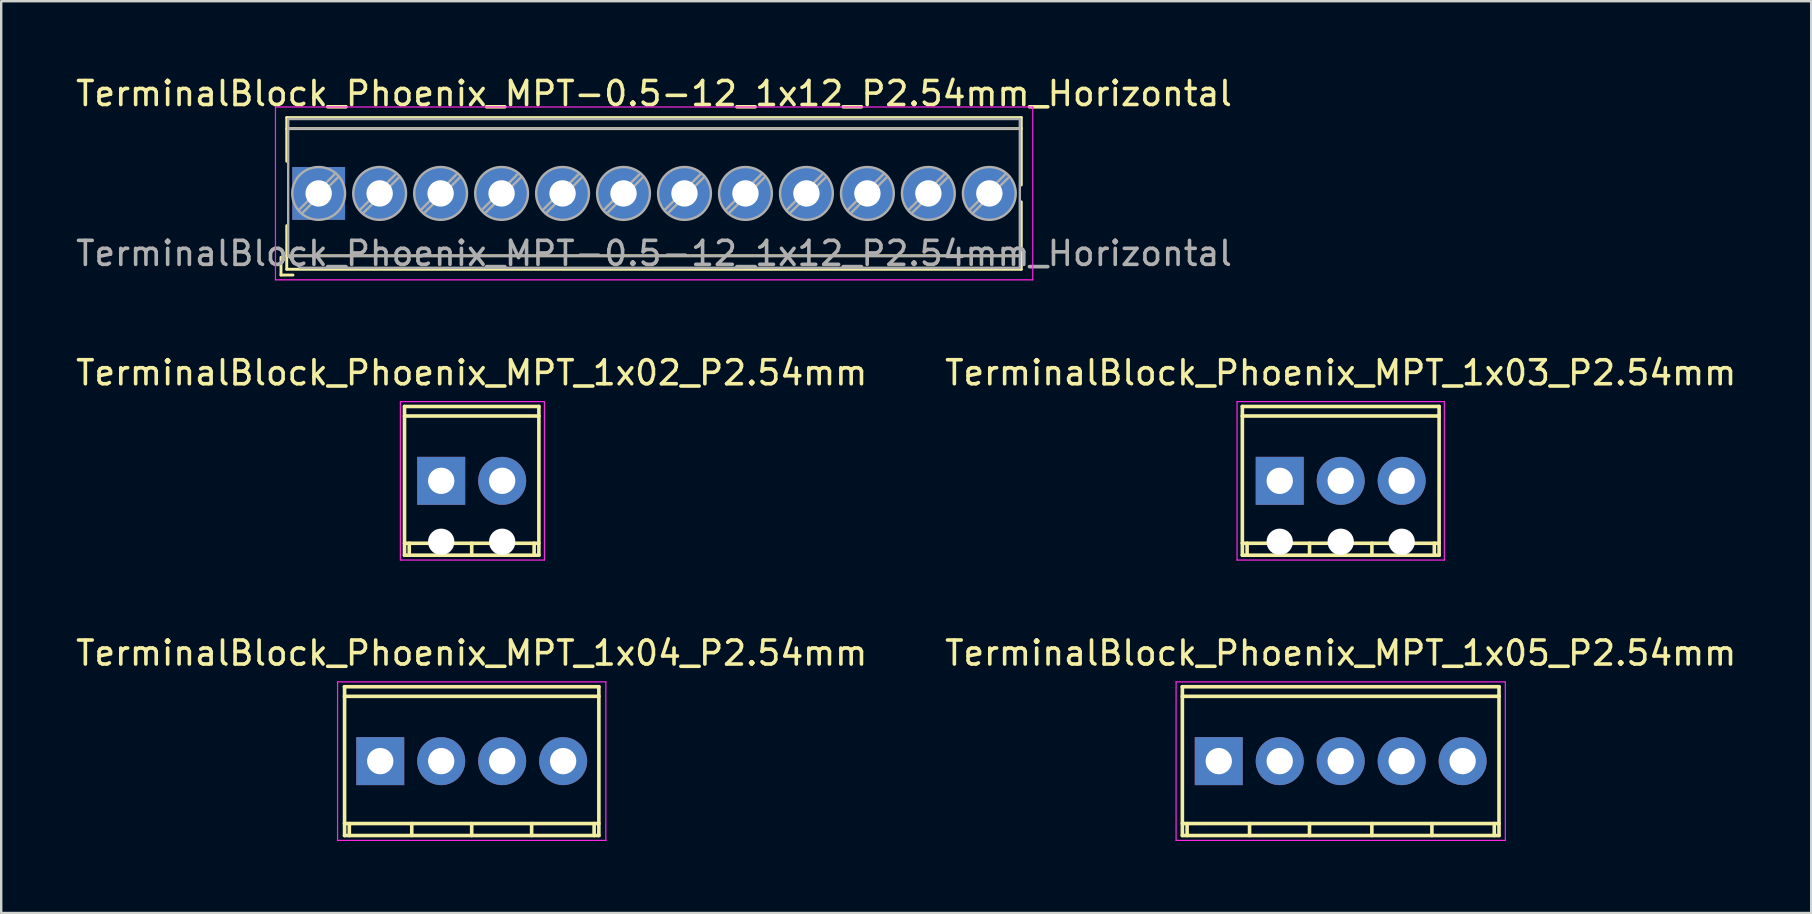
<source format=kicad_pcb>
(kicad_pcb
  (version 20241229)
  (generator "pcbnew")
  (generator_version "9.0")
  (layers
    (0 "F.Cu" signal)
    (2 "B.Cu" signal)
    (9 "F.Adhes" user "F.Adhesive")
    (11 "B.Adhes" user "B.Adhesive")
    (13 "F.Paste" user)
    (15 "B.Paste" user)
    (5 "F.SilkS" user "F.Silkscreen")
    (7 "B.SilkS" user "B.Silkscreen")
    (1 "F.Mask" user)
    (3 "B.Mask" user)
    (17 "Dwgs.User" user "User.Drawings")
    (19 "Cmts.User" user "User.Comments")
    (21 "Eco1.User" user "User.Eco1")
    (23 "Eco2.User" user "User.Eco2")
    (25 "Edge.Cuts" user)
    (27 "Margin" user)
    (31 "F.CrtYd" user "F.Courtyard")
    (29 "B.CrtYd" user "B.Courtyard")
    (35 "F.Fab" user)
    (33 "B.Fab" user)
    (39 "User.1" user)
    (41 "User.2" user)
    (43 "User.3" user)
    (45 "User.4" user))
  (footprint "TerminalBlock_Phoenix_MPT_1x03_P2.54mm"
    (layer "F.Cu")
    (at 50.264 16.982)
    (property "Reference" "TerminalBlock_Phoenix_MPT_1x03_P2.54mm" (at 2.54 -4.501 0) (layer "F.SilkS") (effects (font (size 1 1) (thickness 0.15))))
    (attr through_hole)
    (fp_line (start -1.56 3.099) (end 6.64 3.099) (stroke (width 0.15) (type solid)) (layer "F.SilkS"))
    (fp_line (start -1.557 -3.099) (end -1.557 3.099) (stroke (width 0.15) (type solid)) (layer "F.SilkS"))
    (fp_line (start -1.359 3.099) (end -1.359 2.601) (stroke (width 0.15) (type solid)) (layer "F.SilkS"))
    (fp_line (start 1.242 3.099) (end 1.242 2.601) (stroke (width 0.15) (type solid)) (layer "F.SilkS"))
    (fp_line (start 3.84 2.601) (end 3.84 3.099) (stroke (width 0.15) (type solid)) (layer "F.SilkS"))
    (fp_line (start 6.441 2.601) (end 6.441 3.099) (stroke (width 0.15) (type solid)) (layer "F.SilkS"))
    (fp_line (start 6.64 -3.099) (end -1.56 -3.099) (stroke (width 0.15) (type solid)) (layer "F.SilkS"))
    (fp_line (start 6.64 -2.7) (end -1.56 -2.7) (stroke (width 0.15) (type solid)) (layer "F.SilkS"))
    (fp_line (start 6.64 2.601) (end -1.56 2.601) (stroke (width 0.15) (type solid)) (layer "F.SilkS"))
    (fp_line (start 6.64 3.099) (end 6.64 -3.099) (stroke (width 0.15) (type solid)) (layer "F.SilkS"))
    (fp_line (start -1.778 -3.302) (end -1.778 3.302) (stroke (width 0.05) (type solid)) (layer "F.CrtYd"))
    (fp_line (start -1.778 3.302) (end 6.858 3.302) (stroke (width 0.05) (type solid)) (layer "F.CrtYd"))
    (fp_line (start 6.858 -3.302) (end -1.778 -3.302) (stroke (width 0.05) (type solid)) (layer "F.CrtYd"))
    (fp_line (start 6.858 3.302) (end 6.858 -3.302) (stroke (width 0.05) (type solid)) (layer "F.CrtYd"))
    (pad "" np_thru_hole circle (at 0 2.54) (size 1.1 1.1) (drill 1.1) (layers "*.Cu" "*.Mask"))
    (pad "" np_thru_hole circle (at 2.54 2.54) (size 1.1 1.1) (drill 1.1) (layers "*.Cu" "*.Mask"))
    (pad "" np_thru_hole circle (at 5.08 2.54) (size 1.1 1.1) (drill 1.1) (layers "*.Cu" "*.Mask"))
    (pad "1" thru_hole rect (at 0 0) (size 1.999 1.999) (drill 1.097) (layers "*.Cu" "*.Mask"))
    (pad "2" thru_hole oval (at 2.54 0) (size 1.999 1.999) (drill 1.097) (layers "*.Cu" "*.Mask"))
    (pad "3" thru_hole oval (at 5.08 0) (size 1.999 1.999) (drill 1.097) (layers "*.Cu" "*.Mask")))
  (footprint "TerminalBlock_Phoenix_MPT_1x04_P2.54mm"
    (layer "F.Cu")
    (at 12.791 28.659)
    (property "Reference" "TerminalBlock_Phoenix_MPT_1x04_P2.54mm" (at 3.81 -4.501 0) (layer "F.SilkS") (effects (font (size 1 1) (thickness 0.15))))
    (attr through_hole)
    (fp_line (start -1.491 -2.7) (end 9.111 -2.7) (stroke (width 0.15) (type solid)) (layer "F.SilkS"))
    (fp_line (start -1.491 2.601) (end 9.111 2.601) (stroke (width 0.15) (type solid)) (layer "F.SilkS"))
    (fp_line (start -1.486 -3.099) (end -1.486 3.099) (stroke (width 0.15) (type solid)) (layer "F.SilkS"))
    (fp_line (start -1.288 3.099) (end -1.288 2.601) (stroke (width 0.15) (type solid)) (layer "F.SilkS"))
    (fp_line (start 1.313 3.099) (end 1.313 2.601) (stroke (width 0.15) (type solid)) (layer "F.SilkS"))
    (fp_line (start 3.81 2.601) (end 3.81 3.099) (stroke (width 0.15) (type solid)) (layer "F.SilkS"))
    (fp_line (start 6.307 2.601) (end 6.307 3.099) (stroke (width 0.15) (type solid)) (layer "F.SilkS"))
    (fp_line (start 8.91 2.601) (end 8.91 3.099) (stroke (width 0.15) (type solid)) (layer "F.SilkS"))
    (fp_line (start 9.108 3.099) (end 9.108 -3.099) (stroke (width 0.15) (type solid)) (layer "F.SilkS"))
    (fp_line (start 9.111 -3.099) (end -1.491 -3.099) (stroke (width 0.15) (type solid)) (layer "F.SilkS"))
    (fp_line (start 9.111 3.099) (end -1.491 3.099) (stroke (width 0.15) (type solid)) (layer "F.SilkS"))
    (fp_line (start -1.778 -3.302) (end 9.398 -3.302) (stroke (width 0.05) (type solid)) (layer "F.CrtYd"))
    (fp_line (start -1.778 3.302) (end -1.778 -3.302) (stroke (width 0.05) (type solid)) (layer "F.CrtYd"))
    (fp_line (start 9.398 -3.302) (end 9.398 3.302) (stroke (width 0.05) (type solid)) (layer "F.CrtYd"))
    (fp_line (start 9.398 3.302) (end -1.778 3.302) (stroke (width 0.05) (type solid)) (layer "F.CrtYd"))
    (pad "1" thru_hole rect (at 0 0 180) (size 1.999 1.999) (drill 1.097) (layers "*.Cu" "*.Mask"))
    (pad "2" thru_hole oval (at 2.54 0 180) (size 1.999 1.999) (drill 1.097) (layers "*.Cu" "*.Mask"))
    (pad "3" thru_hole oval (at 5.08 0 180) (size 1.999 1.999) (drill 1.097) (layers "*.Cu" "*.Mask"))
    (pad "4" thru_hole oval (at 7.62 0 180) (size 1.999 1.999) (drill 1.097) (layers "*.Cu" "*.Mask")))
  (footprint "TerminalBlock_Phoenix_MPT_1x05_P2.54mm"
    (layer "F.Cu")
    (at 47.724 28.659)
    (property "Reference" "TerminalBlock_Phoenix_MPT_1x05_P2.54mm" (at 5.08 -4.501 0) (layer "F.SilkS") (effects (font (size 1 1) (thickness 0.15))))
    (attr through_hole)
    (fp_line (start -1.519 -2.7) (end 11.679 -2.7) (stroke (width 0.15) (type solid)) (layer "F.SilkS"))
    (fp_line (start -1.519 2.601) (end 11.679 2.601) (stroke (width 0.15) (type solid)) (layer "F.SilkS"))
    (fp_line (start -1.516 -3.099) (end -1.516 3.099) (stroke (width 0.15) (type solid)) (layer "F.SilkS"))
    (fp_line (start -1.318 3.099) (end -1.318 2.601) (stroke (width 0.15) (type solid)) (layer "F.SilkS"))
    (fp_line (start 1.283 3.099) (end 1.283 2.601) (stroke (width 0.15) (type solid)) (layer "F.SilkS"))
    (fp_line (start 3.78 2.601) (end 3.78 3.099) (stroke (width 0.15) (type solid)) (layer "F.SilkS"))
    (fp_line (start 6.378 2.601) (end 6.378 3.099) (stroke (width 0.15) (type solid)) (layer "F.SilkS"))
    (fp_line (start 8.88 2.601) (end 8.88 3.099) (stroke (width 0.15) (type solid)) (layer "F.SilkS"))
    (fp_line (start 11.478 2.601) (end 11.478 3.099) (stroke (width 0.15) (type solid)) (layer "F.SilkS"))
    (fp_line (start 11.676 3.099) (end 11.676 -3.099) (stroke (width 0.15) (type solid)) (layer "F.SilkS"))
    (fp_line (start 11.679 -3.099) (end -1.519 -3.099) (stroke (width 0.15) (type solid)) (layer "F.SilkS"))
    (fp_line (start 11.679 3.099) (end -1.519 3.099) (stroke (width 0.15) (type solid)) (layer "F.SilkS"))
    (fp_line (start -1.778 -3.302) (end 11.938 -3.302) (stroke (width 0.05) (type solid)) (layer "F.CrtYd"))
    (fp_line (start -1.778 3.302) (end -1.778 -3.302) (stroke (width 0.05) (type solid)) (layer "F.CrtYd"))
    (fp_line (start 11.938 -3.302) (end 11.938 3.302) (stroke (width 0.05) (type solid)) (layer "F.CrtYd"))
    (fp_line (start 11.938 3.302) (end -1.778 3.302) (stroke (width 0.05) (type solid)) (layer "F.CrtYd"))
    (pad "1" thru_hole rect (at 0 0 180) (size 1.999 1.999) (drill 1.097) (layers "*.Cu" "*.Mask"))
    (pad "2" thru_hole oval (at 2.54 0 180) (size 1.999 1.999) (drill 1.097) (layers "*.Cu" "*.Mask"))
    (pad "3" thru_hole oval (at 5.08 0 180) (size 1.999 1.999) (drill 1.097) (layers "*.Cu" "*.Mask"))
    (pad "4" thru_hole oval (at 7.62 0 180) (size 1.999 1.999) (drill 1.097) (layers "*.Cu" "*.Mask"))
    (pad "5" thru_hole oval (at 10.16 0 180) (size 1.999 1.999) (drill 1.097) (layers "*.Cu" "*.Mask")))
  (footprint "TerminalBlock_Phoenix_MPT-0.5-12_1x12_P2.54mm_Horizontal"
    (layer "F.Cu")
    (at 10.226 5.008)
    (property "Reference" "TerminalBlock_Phoenix_MPT-0.5-12_1x12_P2.54mm_Horizontal" (at 13.97 -4.16 0) (layer "F.SilkS") (effects (font (size 1 1) (thickness 0.15))))
    (attr through_hole)
    (fp_line (start -1.57 2.66) (end -1.57 3.4) (stroke (width 0.12) (type solid)) (layer "F.SilkS"))
    (fp_line (start -1.57 3.4) (end -1.07 3.4) (stroke (width 0.12) (type solid)) (layer "F.SilkS"))
    (fp_line (start -1.33 -3.16) (end -1.33 -1.34) (stroke (width 0.12) (type solid)) (layer "F.SilkS"))
    (fp_line (start -1.33 -3.16) (end 29.271 -3.16) (stroke (width 0.12) (type solid)) (layer "F.SilkS"))
    (fp_line (start -1.33 -2.7) (end 29.271 -2.7) (stroke (width 0.12) (type solid)) (layer "F.SilkS"))
    (fp_line (start -1.33 1.34) (end -1.33 3.16) (stroke (width 0.12) (type solid)) (layer "F.SilkS"))
    (fp_line (start -1.33 2.6) (end 29.271 2.6) (stroke (width 0.12) (type solid)) (layer "F.SilkS"))
    (fp_line (start -1.33 3.16) (end 29.271 3.16) (stroke (width 0.12) (type solid)) (layer "F.SilkS"))
    (fp_line (start 29.271 -3.16) (end 29.271 -0.35) (stroke (width 0.12) (type solid)) (layer "F.SilkS"))
    (fp_line (start 29.271 0.35) (end 29.271 3.16) (stroke (width 0.12) (type solid)) (layer "F.SilkS"))
    (fp_line (start -1.8 -3.6) (end -1.8 3.6) (stroke (width 0.05) (type solid)) (layer "F.CrtYd"))
    (fp_line (start -1.8 3.6) (end 29.75 3.6) (stroke (width 0.05) (type solid)) (layer "F.CrtYd"))
    (fp_line (start 29.75 -3.6) (end -1.8 -3.6) (stroke (width 0.05) (type solid)) (layer "F.CrtYd"))
    (fp_line (start 29.75 3.6) (end 29.75 -3.6) (stroke (width 0.05) (type solid)) (layer "F.CrtYd"))
    (fp_line (start -1.27 -3.1) (end 29.21 -3.1) (stroke (width 0.1) (type solid)) (layer "F.Fab"))
    (fp_line (start -1.27 -2.7) (end 29.21 -2.7) (stroke (width 0.1) (type solid)) (layer "F.Fab"))
    (fp_line (start -1.27 2.6) (end -1.27 -3.1) (stroke (width 0.1) (type solid)) (layer "F.Fab"))
    (fp_line (start -1.27 2.6) (end 29.21 2.6) (stroke (width 0.1) (type solid)) (layer "F.Fab"))
    (fp_line (start -0.77 3.1) (end -1.27 2.6) (stroke (width 0.1) (type solid)) (layer "F.Fab"))
    (fp_line (start 0.701 -0.835) (end -0.835 0.7) (stroke (width 0.1) (type solid)) (layer "F.Fab"))
    (fp_line (start 0.835 -0.7) (end -0.701 0.835) (stroke (width 0.1) (type solid)) (layer "F.Fab"))
    (fp_line (start 3.241 -0.835) (end 1.706 0.7) (stroke (width 0.1) (type solid)) (layer "F.Fab"))
    (fp_line (start 3.375 -0.7) (end 1.84 0.835) (stroke (width 0.1) (type solid)) (layer "F.Fab"))
    (fp_line (start 5.781 -0.835) (end 4.246 0.7) (stroke (width 0.1) (type solid)) (layer "F.Fab"))
    (fp_line (start 5.915 -0.7) (end 4.38 0.835) (stroke (width 0.1) (type solid)) (layer "F.Fab"))
    (fp_line (start 8.321 -0.835) (end 6.786 0.7) (stroke (width 0.1) (type solid)) (layer "F.Fab"))
    (fp_line (start 8.455 -0.7) (end 6.92 0.835) (stroke (width 0.1) (type solid)) (layer "F.Fab"))
    (fp_line (start 10.861 -0.835) (end 9.326 0.7) (stroke (width 0.1) (type solid)) (layer "F.Fab"))
    (fp_line (start 10.995 -0.7) (end 9.46 0.835) (stroke (width 0.1) (type solid)) (layer "F.Fab"))
    (fp_line (start 13.401 -0.835) (end 11.866 0.7) (stroke (width 0.1) (type solid)) (layer "F.Fab"))
    (fp_line (start 13.535 -0.7) (end 12 0.835) (stroke (width 0.1) (type solid)) (layer "F.Fab"))
    (fp_line (start 15.941 -0.835) (end 14.406 0.7) (stroke (width 0.1) (type solid)) (layer "F.Fab"))
    (fp_line (start 16.075 -0.7) (end 14.54 0.835) (stroke (width 0.1) (type solid)) (layer "F.Fab"))
    (fp_line (start 18.481 -0.835) (end 16.946 0.7) (stroke (width 0.1) (type solid)) (layer "F.Fab"))
    (fp_line (start 18.615 -0.7) (end 17.08 0.835) (stroke (width 0.1) (type solid)) (layer "F.Fab"))
    (fp_line (start 21.021 -0.835) (end 19.486 0.7) (stroke (width 0.1) (type solid)) (layer "F.Fab"))
    (fp_line (start 21.155 -0.7) (end 19.62 0.835) (stroke (width 0.1) (type solid)) (layer "F.Fab"))
    (fp_line (start 23.561 -0.835) (end 22.026 0.7) (stroke (width 0.1) (type solid)) (layer "F.Fab"))
    (fp_line (start 23.695 -0.7) (end 22.16 0.835) (stroke (width 0.1) (type solid)) (layer "F.Fab"))
    (fp_line (start 26.101 -0.835) (end 24.566 0.7) (stroke (width 0.1) (type solid)) (layer "F.Fab"))
    (fp_line (start 26.235 -0.7) (end 24.7 0.835) (stroke (width 0.1) (type solid)) (layer "F.Fab"))
    (fp_line (start 28.641 -0.835) (end 27.106 0.7) (stroke (width 0.1) (type solid)) (layer "F.Fab"))
    (fp_line (start 28.775 -0.7) (end 27.24 0.835) (stroke (width 0.1) (type solid)) (layer "F.Fab"))
    (fp_line (start 29.21 -3.1) (end 29.21 3.1) (stroke (width 0.1) (type solid)) (layer "F.Fab"))
    (fp_line (start 29.21 3.1) (end -0.77 3.1) (stroke (width 0.1) (type solid)) (layer "F.Fab"))
    (fp_circle (center 0 0) (end 1.1 0) (stroke (width 0.1) (type solid)) (fill no) (layer "F.Fab"))
    (fp_circle (center 2.54 0) (end 3.64 0) (stroke (width 0.1) (type solid)) (fill no) (layer "F.Fab"))
    (fp_circle (center 5.08 0) (end 6.18 0) (stroke (width 0.1) (type solid)) (fill no) (layer "F.Fab"))
    (fp_circle (center 7.62 0) (end 8.72 0) (stroke (width 0.1) (type solid)) (fill no) (layer "F.Fab"))
    (fp_circle (center 10.16 0) (end 11.26 0) (stroke (width 0.1) (type solid)) (fill no) (layer "F.Fab"))
    (fp_circle (center 12.7 0) (end 13.8 0) (stroke (width 0.1) (type solid)) (fill no) (layer "F.Fab"))
    (fp_circle (center 15.24 0) (end 16.34 0) (stroke (width 0.1) (type solid)) (fill no) (layer "F.Fab"))
    (fp_circle (center 17.78 0) (end 18.88 0) (stroke (width 0.1) (type solid)) (fill no) (layer "F.Fab"))
    (fp_circle (center 20.32 0) (end 21.42 0) (stroke (width 0.1) (type solid)) (fill no) (layer "F.Fab"))
    (fp_circle (center 22.86 0) (end 23.96 0) (stroke (width 0.1) (type solid)) (fill no) (layer "F.Fab"))
    (fp_circle (center 25.4 0) (end 26.5 0) (stroke (width 0.1) (type solid)) (fill no) (layer "F.Fab"))
    (fp_circle (center 27.94 0) (end 29.04 0) (stroke (width 0.1) (type solid)) (fill no) (layer "F.Fab"))
    (fp_text user "${REFERENCE}" (at 13.97 2.5 0) (layer "F.Fab") (effects (font (size 1 1) (thickness 0.15))))
    (pad "1" thru_hole rect (at 0 0) (size 2.2 2.2) (drill 1.1) (layers "*.Cu" "*.Mask"))
    (pad "2" thru_hole circle (at 2.54 0) (size 2.2 2.2) (drill 1.1) (layers "*.Cu" "*.Mask"))
    (pad "3" thru_hole circle (at 5.08 0) (size 2.2 2.2) (drill 1.1) (layers "*.Cu" "*.Mask"))
    (pad "4" thru_hole circle (at 7.62 0) (size 2.2 2.2) (drill 1.1) (layers "*.Cu" "*.Mask"))
    (pad "5" thru_hole circle (at 10.16 0) (size 2.2 2.2) (drill 1.1) (layers "*.Cu" "*.Mask"))
    (pad "6" thru_hole circle (at 12.7 0) (size 2.2 2.2) (drill 1.1) (layers "*.Cu" "*.Mask"))
    (pad "7" thru_hole circle (at 15.24 0) (size 2.2 2.2) (drill 1.1) (layers "*.Cu" "*.Mask"))
    (pad "8" thru_hole circle (at 17.78 0) (size 2.2 2.2) (drill 1.1) (layers "*.Cu" "*.Mask"))
    (pad "9" thru_hole circle (at 20.32 0) (size 2.2 2.2) (drill 1.1) (layers "*.Cu" "*.Mask"))
    (pad "10" thru_hole circle (at 22.86 0) (size 2.2 2.2) (drill 1.1) (layers "*.Cu" "*.Mask"))
    (pad "11" thru_hole circle (at 25.4 0) (size 2.2 2.2) (drill 1.1) (layers "*.Cu" "*.Mask"))
    (pad "12" thru_hole circle (at 27.94 0) (size 2.2 2.2) (drill 1.1) (layers "*.Cu" "*.Mask")))
  (footprint "TerminalBlock_Phoenix_MPT_1x02_P2.54mm"
    (layer "F.Cu")
    (at 15.331 16.982)
    (property "Reference" "TerminalBlock_Phoenix_MPT_1x02_P2.54mm" (at 1.27 -4.501 0) (layer "F.SilkS") (effects (font (size 1 1) (thickness 0.15))))
    (attr through_hole)
    (fp_line (start -1.529 -3.099) (end -1.529 3.099) (stroke (width 0.15) (type solid)) (layer "F.SilkS"))
    (fp_line (start -1.529 -2.7) (end 4.069 -2.7) (stroke (width 0.15) (type solid)) (layer "F.SilkS"))
    (fp_line (start -1.529 3.099) (end 4.069 3.099) (stroke (width 0.15) (type solid)) (layer "F.SilkS"))
    (fp_line (start -1.331 3.099) (end -1.331 2.601) (stroke (width 0.15) (type solid)) (layer "F.SilkS"))
    (fp_line (start 1.27 3.099) (end 1.27 2.601) (stroke (width 0.15) (type solid)) (layer "F.SilkS"))
    (fp_line (start 3.871 2.601) (end 3.871 3.099) (stroke (width 0.15) (type solid)) (layer "F.SilkS"))
    (fp_line (start 4.069 -3.099) (end -1.529 -3.099) (stroke (width 0.15) (type solid)) (layer "F.SilkS"))
    (fp_line (start 4.069 2.601) (end -1.529 2.601) (stroke (width 0.15) (type solid)) (layer "F.SilkS"))
    (fp_line (start 4.069 3.099) (end 4.069 -3.099) (stroke (width 0.15) (type solid)) (layer "F.SilkS"))
    (fp_line (start -1.7 -3.3) (end 4.3 -3.3) (stroke (width 0.05) (type solid)) (layer "F.CrtYd"))
    (fp_line (start -1.7 3.3) (end -1.7 -3.3) (stroke (width 0.05) (type solid)) (layer "F.CrtYd"))
    (fp_line (start 4.3 -3.3) (end 4.3 3.3) (stroke (width 0.05) (type solid)) (layer "F.CrtYd"))
    (fp_line (start 4.3 3.3) (end -1.7 3.3) (stroke (width 0.05) (type solid)) (layer "F.CrtYd"))
    (pad "" np_thru_hole circle (at 0 2.54) (size 1.1 1.1) (drill 1.1) (layers "*.Cu" "*.Mask"))
    (pad "" np_thru_hole circle (at 2.54 2.54) (size 1.1 1.1) (drill 1.1) (layers "*.Cu" "*.Mask"))
    (pad "1" thru_hole rect (at 0 0) (size 1.999 1.999) (drill 1.097) (layers "*.Cu" "*.Mask"))
    (pad "2" thru_hole oval (at 2.54 0) (size 1.999 1.999) (drill 1.097) (layers "*.Cu" "*.Mask")))
  (gr_rect
    (start -3 -3)
    (end 72.405 34.986)
    (stroke (width 0.1) (type default))
    (fill no)
    (layer "Edge.Cuts")))
</source>
